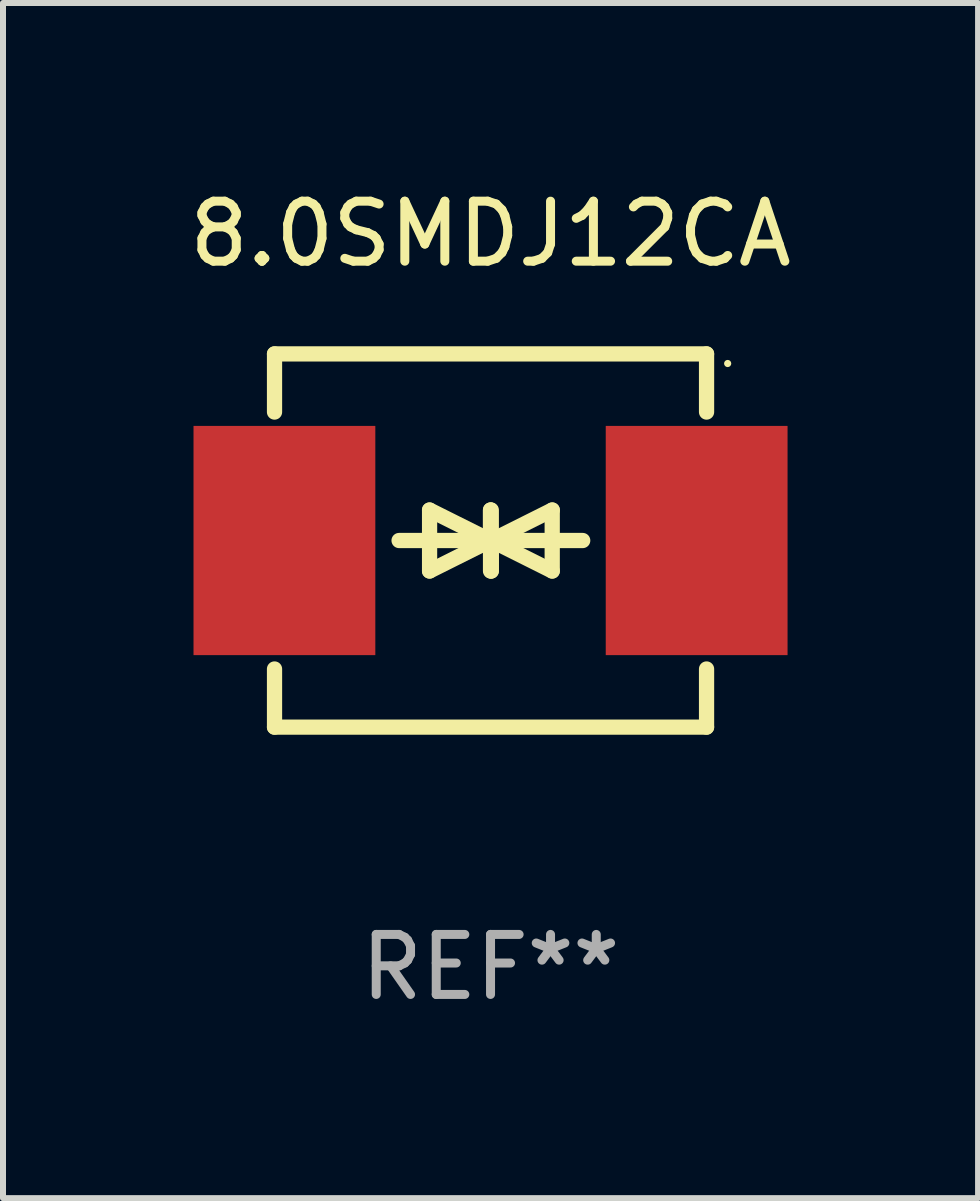
<source format=kicad_pcb>
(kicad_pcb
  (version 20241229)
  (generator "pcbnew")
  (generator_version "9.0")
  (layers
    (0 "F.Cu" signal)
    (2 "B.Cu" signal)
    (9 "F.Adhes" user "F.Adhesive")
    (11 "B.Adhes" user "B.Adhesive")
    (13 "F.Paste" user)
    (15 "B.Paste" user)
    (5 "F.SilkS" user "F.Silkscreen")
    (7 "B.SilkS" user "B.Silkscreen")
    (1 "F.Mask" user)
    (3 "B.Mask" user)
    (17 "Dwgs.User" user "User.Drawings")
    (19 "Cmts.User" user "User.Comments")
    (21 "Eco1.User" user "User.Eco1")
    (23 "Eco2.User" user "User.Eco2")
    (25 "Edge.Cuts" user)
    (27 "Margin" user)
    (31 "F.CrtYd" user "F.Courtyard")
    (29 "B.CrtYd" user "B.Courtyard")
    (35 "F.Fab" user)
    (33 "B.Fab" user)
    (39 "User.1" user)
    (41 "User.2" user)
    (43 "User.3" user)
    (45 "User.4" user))
  (footprint "8.0SMDJ12CA"
    (layer "F.Cu")
    (at 5.125 5.958)
    (property "Reference" "8.0SMDJ12CA" (at 0 -5.11 0) (layer "F.SilkS") (effects (font (size 1 1) (thickness 0.15))))
    (attr through_hole)
    (fp_line (start -3.6 -2.141) (end -3.6 -3.11) (stroke (width 0.254) (type solid)) (layer "F.SilkS"))
    (fp_line (start -3.6 3.11) (end -3.6 2.141) (stroke (width 0.254) (type solid)) (layer "F.SilkS"))
    (fp_line (start -1.524 0) (end 0.508 0) (stroke (width 0.254) (type solid)) (layer "F.SilkS"))
    (fp_line (start -1.016 -0.508) (end -1.016 0.508) (stroke (width 0.254) (type solid)) (layer "F.SilkS"))
    (fp_line (start -1.016 0.508) (end 0 0) (stroke (width 0.254) (type solid)) (layer "F.SilkS"))
    (fp_line (start 0 -0.508) (end 0 0.508) (stroke (width 0.254) (type solid)) (layer "F.SilkS"))
    (fp_line (start 0 0) (end -1.016 -0.508) (stroke (width 0.254) (type solid)) (layer "F.SilkS"))
    (fp_line (start 0 0) (end 0 -0.508) (stroke (width 0.254) (type solid)) (layer "F.SilkS"))
    (fp_line (start 0.012 0) (end 0.012 0.508) (stroke (width 0.254) (type solid)) (layer "F.SilkS"))
    (fp_line (start 0.012 0) (end 1.028 0.508) (stroke (width 0.254) (type solid)) (layer "F.SilkS"))
    (fp_line (start 0.012 0.508) (end 0.012 -0.508) (stroke (width 0.254) (type solid)) (layer "F.SilkS"))
    (fp_line (start 1.028 -0.508) (end 0.012 0) (stroke (width 0.254) (type solid)) (layer "F.SilkS"))
    (fp_line (start 1.028 0.508) (end 1.028 -0.508) (stroke (width 0.254) (type solid)) (layer "F.SilkS"))
    (fp_line (start 1.536 0) (end -0.496 0) (stroke (width 0.254) (type solid)) (layer "F.SilkS"))
    (fp_line (start 3.6 -3.11) (end -3.6 -3.11) (stroke (width 0.254) (type solid)) (layer "F.SilkS"))
    (fp_line (start 3.6 -2.141) (end 3.6 -3.11) (stroke (width 0.254) (type solid)) (layer "F.SilkS"))
    (fp_line (start 3.6 3.11) (end -3.6 3.11) (stroke (width 0.254) (type solid)) (layer "F.SilkS"))
    (fp_line (start 3.6 3.11) (end 3.6 2.141) (stroke (width 0.254) (type solid)) (layer "F.SilkS"))
    (fp_circle (center 3.952 -2.95) (end 3.982 -2.95) (stroke (width 0.06) (type solid)) (fill no) (layer "F.SilkS"))
    (fp_text user "REF**" (at 0 7.11 0) (layer "F.Fab") (effects (font (size 1 1) (thickness 0.15))))
    (pad "1" smd rect (at 3.435 0) (size 3.03 3.82) (layers "F.Cu" "F.Mask" "F.Paste"))
    (pad "2" smd rect (at -3.435 0) (size 3.03 3.82) (layers "F.Cu" "F.Mask" "F.Paste")))
  (gr_rect
    (start -3 -3)
    (end 13.25 16.917)
    (stroke (width 0.1) (type default))
    (fill no)
    (layer "Edge.Cuts")))
</source>
